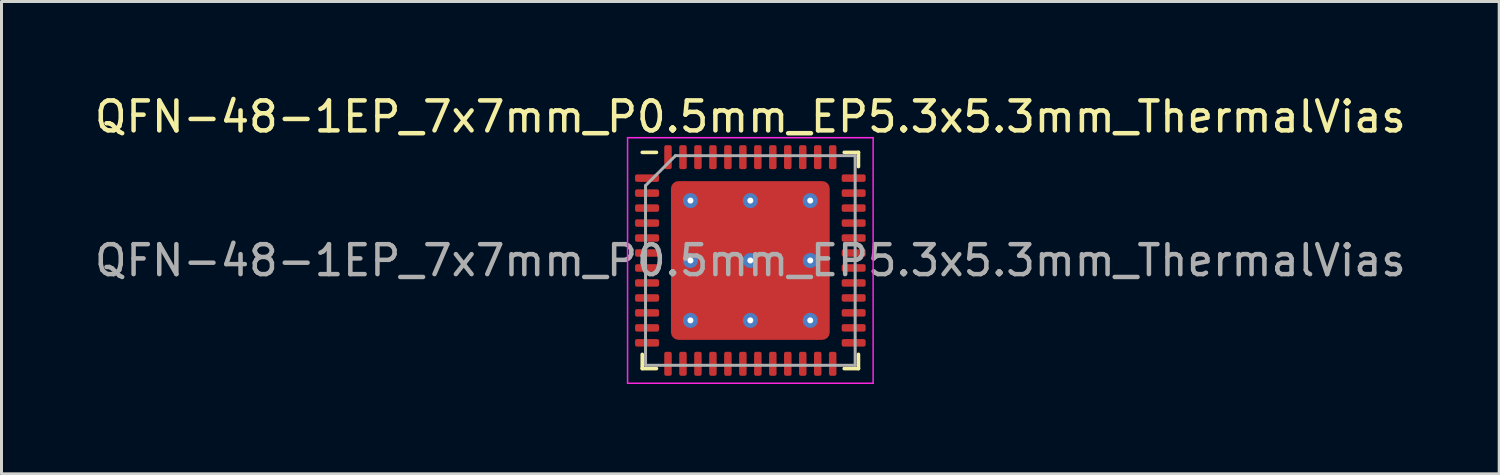
<source format=kicad_pcb>
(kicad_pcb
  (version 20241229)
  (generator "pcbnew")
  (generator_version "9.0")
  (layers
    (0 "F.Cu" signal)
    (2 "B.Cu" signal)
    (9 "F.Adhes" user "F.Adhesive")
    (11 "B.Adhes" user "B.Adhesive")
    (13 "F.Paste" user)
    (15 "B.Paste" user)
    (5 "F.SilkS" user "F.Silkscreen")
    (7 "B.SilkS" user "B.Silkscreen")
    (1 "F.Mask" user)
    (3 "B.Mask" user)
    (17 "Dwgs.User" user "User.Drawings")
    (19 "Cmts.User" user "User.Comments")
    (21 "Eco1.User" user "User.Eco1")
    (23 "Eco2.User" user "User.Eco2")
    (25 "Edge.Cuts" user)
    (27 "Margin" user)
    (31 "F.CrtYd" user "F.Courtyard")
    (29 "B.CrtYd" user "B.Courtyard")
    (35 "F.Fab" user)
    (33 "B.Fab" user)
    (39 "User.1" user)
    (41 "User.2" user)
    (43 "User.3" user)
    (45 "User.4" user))
  (footprint "QFN-48-1EP_7x7mm_P0.5mm_EP5.3x5.3mm_ThermalVias"
    (layer "F.Cu")
    (at 22.006 5.648)
    (property "Reference" "QFN-48-1EP_7x7mm_P0.5mm_EP5.3x5.3mm_ThermalVias" (at 0 -4.8 0) (layer "F.SilkS") (effects (font (size 1 1) (thickness 0.15))))
    (attr smd)
    (fp_line (start -3.61 3.61) (end -3.61 3.135) (stroke (width 0.12) (type solid)) (layer "F.SilkS"))
    (fp_line (start -3.135 -3.61) (end -3.61 -3.61) (stroke (width 0.12) (type solid)) (layer "F.SilkS"))
    (fp_line (start -3.135 3.61) (end -3.61 3.61) (stroke (width 0.12) (type solid)) (layer "F.SilkS"))
    (fp_line (start 3.135 -3.61) (end 3.61 -3.61) (stroke (width 0.12) (type solid)) (layer "F.SilkS"))
    (fp_line (start 3.135 3.61) (end 3.61 3.61) (stroke (width 0.12) (type solid)) (layer "F.SilkS"))
    (fp_line (start 3.61 -3.61) (end 3.61 -3.135) (stroke (width 0.12) (type solid)) (layer "F.SilkS"))
    (fp_line (start 3.61 3.61) (end 3.61 3.135) (stroke (width 0.12) (type solid)) (layer "F.SilkS"))
    (fp_line (start -4.1 -4.1) (end -4.1 4.1) (stroke (width 0.05) (type solid)) (layer "F.CrtYd"))
    (fp_line (start -4.1 4.1) (end 4.1 4.1) (stroke (width 0.05) (type solid)) (layer "F.CrtYd"))
    (fp_line (start 4.1 -4.1) (end -4.1 -4.1) (stroke (width 0.05) (type solid)) (layer "F.CrtYd"))
    (fp_line (start 4.1 4.1) (end 4.1 -4.1) (stroke (width 0.05) (type solid)) (layer "F.CrtYd"))
    (fp_line (start -3.5 -2.5) (end -2.5 -3.5) (stroke (width 0.1) (type solid)) (layer "F.Fab"))
    (fp_line (start -3.5 3.5) (end -3.5 -2.5) (stroke (width 0.1) (type solid)) (layer "F.Fab"))
    (fp_line (start -2.5 -3.5) (end 3.5 -3.5) (stroke (width 0.1) (type solid)) (layer "F.Fab"))
    (fp_line (start 3.5 -3.5) (end 3.5 3.5) (stroke (width 0.1) (type solid)) (layer "F.Fab"))
    (fp_line (start 3.5 3.5) (end -3.5 3.5) (stroke (width 0.1) (type solid)) (layer "F.Fab"))
    (fp_text user "${REFERENCE}" (at 0 0 0) (layer "F.Fab") (effects (font (size 1 1) (thickness 0.15))))
    (pad "" smd roundrect (at -1.8 -1.8) (size 1.026 1.026) (layers "F.Paste") (roundrect_rratio 0.244))
    (pad "" smd roundrect (at -1.8 -0.6) (size 1.026 1.026) (layers "F.Paste") (roundrect_rratio 0.244))
    (pad "" smd roundrect (at -1.8 0.6) (size 1.026 1.026) (layers "F.Paste") (roundrect_rratio 0.244))
    (pad "" smd roundrect (at -1.8 1.8) (size 1.026 1.026) (layers "F.Paste") (roundrect_rratio 0.244))
    (pad "" smd roundrect (at -0.6 -1.8) (size 1.026 1.026) (layers "F.Paste") (roundrect_rratio 0.244))
    (pad "" smd roundrect (at -0.6 -0.6) (size 1.026 1.026) (layers "F.Paste") (roundrect_rratio 0.244))
    (pad "" smd roundrect (at -0.6 0.6) (size 1.026 1.026) (layers "F.Paste") (roundrect_rratio 0.244))
    (pad "" smd roundrect (at -0.6 1.8) (size 1.026 1.026) (layers "F.Paste") (roundrect_rratio 0.244))
    (pad "" smd roundrect (at 0.6 -1.8) (size 1.026 1.026) (layers "F.Paste") (roundrect_rratio 0.244))
    (pad "" smd roundrect (at 0.6 -0.6) (size 1.026 1.026) (layers "F.Paste") (roundrect_rratio 0.244))
    (pad "" smd roundrect (at 0.6 0.6) (size 1.026 1.026) (layers "F.Paste") (roundrect_rratio 0.244))
    (pad "" smd roundrect (at 0.6 1.8) (size 1.026 1.026) (layers "F.Paste") (roundrect_rratio 0.244))
    (pad "" smd roundrect (at 1.8 -1.8) (size 1.026 1.026) (layers "F.Paste") (roundrect_rratio 0.244))
    (pad "" smd roundrect (at 1.8 -0.6) (size 1.026 1.026) (layers "F.Paste") (roundrect_rratio 0.244))
    (pad "" smd roundrect (at 1.8 0.6) (size 1.026 1.026) (layers "F.Paste") (roundrect_rratio 0.244))
    (pad "" smd roundrect (at 1.8 1.8) (size 1.026 1.026) (layers "F.Paste") (roundrect_rratio 0.244))
    (pad "1" smd roundrect (at -3.45 -2.75) (size 0.8 0.25) (layers "F.Cu" "F.Mask" "F.Paste") (roundrect_rratio 0.25))
    (pad "2" smd roundrect (at -3.45 -2.25) (size 0.8 0.25) (layers "F.Cu" "F.Mask" "F.Paste") (roundrect_rratio 0.25))
    (pad "3" smd roundrect (at -3.45 -1.75) (size 0.8 0.25) (layers "F.Cu" "F.Mask" "F.Paste") (roundrect_rratio 0.25))
    (pad "4" smd roundrect (at -3.45 -1.25) (size 0.8 0.25) (layers "F.Cu" "F.Mask" "F.Paste") (roundrect_rratio 0.25))
    (pad "5" smd roundrect (at -3.45 -0.75) (size 0.8 0.25) (layers "F.Cu" "F.Mask" "F.Paste") (roundrect_rratio 0.25))
    (pad "6" smd roundrect (at -3.45 -0.25) (size 0.8 0.25) (layers "F.Cu" "F.Mask" "F.Paste") (roundrect_rratio 0.25))
    (pad "7" smd roundrect (at -3.45 0.25) (size 0.8 0.25) (layers "F.Cu" "F.Mask" "F.Paste") (roundrect_rratio 0.25))
    (pad "8" smd roundrect (at -3.45 0.75) (size 0.8 0.25) (layers "F.Cu" "F.Mask" "F.Paste") (roundrect_rratio 0.25))
    (pad "9" smd roundrect (at -3.45 1.25) (size 0.8 0.25) (layers "F.Cu" "F.Mask" "F.Paste") (roundrect_rratio 0.25))
    (pad "10" smd roundrect (at -3.45 1.75) (size 0.8 0.25) (layers "F.Cu" "F.Mask" "F.Paste") (roundrect_rratio 0.25))
    (pad "11" smd roundrect (at -3.45 2.25) (size 0.8 0.25) (layers "F.Cu" "F.Mask" "F.Paste") (roundrect_rratio 0.25))
    (pad "12" smd roundrect (at -3.45 2.75) (size 0.8 0.25) (layers "F.Cu" "F.Mask" "F.Paste") (roundrect_rratio 0.25))
    (pad "13" smd roundrect (at -2.75 3.45) (size 0.25 0.8) (layers "F.Cu" "F.Mask" "F.Paste") (roundrect_rratio 0.25))
    (pad "14" smd roundrect (at -2.25 3.45) (size 0.25 0.8) (layers "F.Cu" "F.Mask" "F.Paste") (roundrect_rratio 0.25))
    (pad "15" smd roundrect (at -1.75 3.45) (size 0.25 0.8) (layers "F.Cu" "F.Mask" "F.Paste") (roundrect_rratio 0.25))
    (pad "16" smd roundrect (at -1.25 3.45) (size 0.25 0.8) (layers "F.Cu" "F.Mask" "F.Paste") (roundrect_rratio 0.25))
    (pad "17" smd roundrect (at -0.75 3.45) (size 0.25 0.8) (layers "F.Cu" "F.Mask" "F.Paste") (roundrect_rratio 0.25))
    (pad "18" smd roundrect (at -0.25 3.45) (size 0.25 0.8) (layers "F.Cu" "F.Mask" "F.Paste") (roundrect_rratio 0.25))
    (pad "19" smd roundrect (at 0.25 3.45) (size 0.25 0.8) (layers "F.Cu" "F.Mask" "F.Paste") (roundrect_rratio 0.25))
    (pad "20" smd roundrect (at 0.75 3.45) (size 0.25 0.8) (layers "F.Cu" "F.Mask" "F.Paste") (roundrect_rratio 0.25))
    (pad "21" smd roundrect (at 1.25 3.45) (size 0.25 0.8) (layers "F.Cu" "F.Mask" "F.Paste") (roundrect_rratio 0.25))
    (pad "22" smd roundrect (at 1.75 3.45) (size 0.25 0.8) (layers "F.Cu" "F.Mask" "F.Paste") (roundrect_rratio 0.25))
    (pad "23" smd roundrect (at 2.25 3.45) (size 0.25 0.8) (layers "F.Cu" "F.Mask" "F.Paste") (roundrect_rratio 0.25))
    (pad "24" smd roundrect (at 2.75 3.45) (size 0.25 0.8) (layers "F.Cu" "F.Mask" "F.Paste") (roundrect_rratio 0.25))
    (pad "25" smd roundrect (at 3.45 2.75) (size 0.8 0.25) (layers "F.Cu" "F.Mask" "F.Paste") (roundrect_rratio 0.25))
    (pad "26" smd roundrect (at 3.45 2.25) (size 0.8 0.25) (layers "F.Cu" "F.Mask" "F.Paste") (roundrect_rratio 0.25))
    (pad "27" smd roundrect (at 3.45 1.75) (size 0.8 0.25) (layers "F.Cu" "F.Mask" "F.Paste") (roundrect_rratio 0.25))
    (pad "28" smd roundrect (at 3.45 1.25) (size 0.8 0.25) (layers "F.Cu" "F.Mask" "F.Paste") (roundrect_rratio 0.25))
    (pad "29" smd roundrect (at 3.45 0.75) (size 0.8 0.25) (layers "F.Cu" "F.Mask" "F.Paste") (roundrect_rratio 0.25))
    (pad "30" smd roundrect (at 3.45 0.25) (size 0.8 0.25) (layers "F.Cu" "F.Mask" "F.Paste") (roundrect_rratio 0.25))
    (pad "31" smd roundrect (at 3.45 -0.25) (size 0.8 0.25) (layers "F.Cu" "F.Mask" "F.Paste") (roundrect_rratio 0.25))
    (pad "32" smd roundrect (at 3.45 -0.75) (size 0.8 0.25) (layers "F.Cu" "F.Mask" "F.Paste") (roundrect_rratio 0.25))
    (pad "33" smd roundrect (at 3.45 -1.25) (size 0.8 0.25) (layers "F.Cu" "F.Mask" "F.Paste") (roundrect_rratio 0.25))
    (pad "34" smd roundrect (at 3.45 -1.75) (size 0.8 0.25) (layers "F.Cu" "F.Mask" "F.Paste") (roundrect_rratio 0.25))
    (pad "35" smd roundrect (at 3.45 -2.25) (size 0.8 0.25) (layers "F.Cu" "F.Mask" "F.Paste") (roundrect_rratio 0.25))
    (pad "36" smd roundrect (at 3.45 -2.75) (size 0.8 0.25) (layers "F.Cu" "F.Mask" "F.Paste") (roundrect_rratio 0.25))
    (pad "37" smd roundrect (at 2.75 -3.45) (size 0.25 0.8) (layers "F.Cu" "F.Mask" "F.Paste") (roundrect_rratio 0.25))
    (pad "38" smd roundrect (at 2.25 -3.45) (size 0.25 0.8) (layers "F.Cu" "F.Mask" "F.Paste") (roundrect_rratio 0.25))
    (pad "39" smd roundrect (at 1.75 -3.45) (size 0.25 0.8) (layers "F.Cu" "F.Mask" "F.Paste") (roundrect_rratio 0.25))
    (pad "40" smd roundrect (at 1.25 -3.45) (size 0.25 0.8) (layers "F.Cu" "F.Mask" "F.Paste") (roundrect_rratio 0.25))
    (pad "41" smd roundrect (at 0.75 -3.45) (size 0.25 0.8) (layers "F.Cu" "F.Mask" "F.Paste") (roundrect_rratio 0.25))
    (pad "42" smd roundrect (at 0.25 -3.45) (size 0.25 0.8) (layers "F.Cu" "F.Mask" "F.Paste") (roundrect_rratio 0.25))
    (pad "43" smd roundrect (at -0.25 -3.45) (size 0.25 0.8) (layers "F.Cu" "F.Mask" "F.Paste") (roundrect_rratio 0.25))
    (pad "44" smd roundrect (at -0.75 -3.45) (size 0.25 0.8) (layers "F.Cu" "F.Mask" "F.Paste") (roundrect_rratio 0.25))
    (pad "45" smd roundrect (at -1.25 -3.45) (size 0.25 0.8) (layers "F.Cu" "F.Mask" "F.Paste") (roundrect_rratio 0.25))
    (pad "46" smd roundrect (at -1.75 -3.45) (size 0.25 0.8) (layers "F.Cu" "F.Mask" "F.Paste") (roundrect_rratio 0.25))
    (pad "47" smd roundrect (at -2.25 -3.45) (size 0.25 0.8) (layers "F.Cu" "F.Mask" "F.Paste") (roundrect_rratio 0.25))
    (pad "48" smd roundrect (at -2.75 -3.45) (size 0.25 0.8) (layers "F.Cu" "F.Mask" "F.Paste") (roundrect_rratio 0.25))
    (pad "49" thru_hole circle (at -2 -2) (size 0.5 0.5) (drill 0.2) (layers "*.Cu"))
    (pad "49" thru_hole circle (at -2 0) (size 0.5 0.5) (drill 0.2) (layers "*.Cu"))
    (pad "49" thru_hole circle (at -2 2) (size 0.5 0.5) (drill 0.2) (layers "*.Cu"))
    (pad "49" thru_hole circle (at 0 -2) (size 0.5 0.5) (drill 0.2) (layers "*.Cu"))
    (pad "49" thru_hole circle (at 0 0) (size 0.5 0.5) (drill 0.2) (layers "*.Cu"))
    (pad "49" smd roundrect (at 0 0) (size 5.3 5.3) (layers "F.Cu" "F.Mask") (roundrect_rratio 0.047))
    (pad "49" thru_hole circle (at 0 2) (size 0.5 0.5) (drill 0.2) (layers "*.Cu"))
    (pad "49" thru_hole circle (at 2 -2) (size 0.5 0.5) (drill 0.2) (layers "*.Cu"))
    (pad "49" thru_hole circle (at 2 0) (size 0.5 0.5) (drill 0.2) (layers "*.Cu"))
    (pad "49" thru_hole circle (at 2 2) (size 0.5 0.5) (drill 0.2) (layers "*.Cu")))
  (gr_rect
    (start -3 -3)
    (end 47.012 12.773)
    (stroke (width 0.1) (type default))
    (fill no)
    (layer "Edge.Cuts")))
</source>
